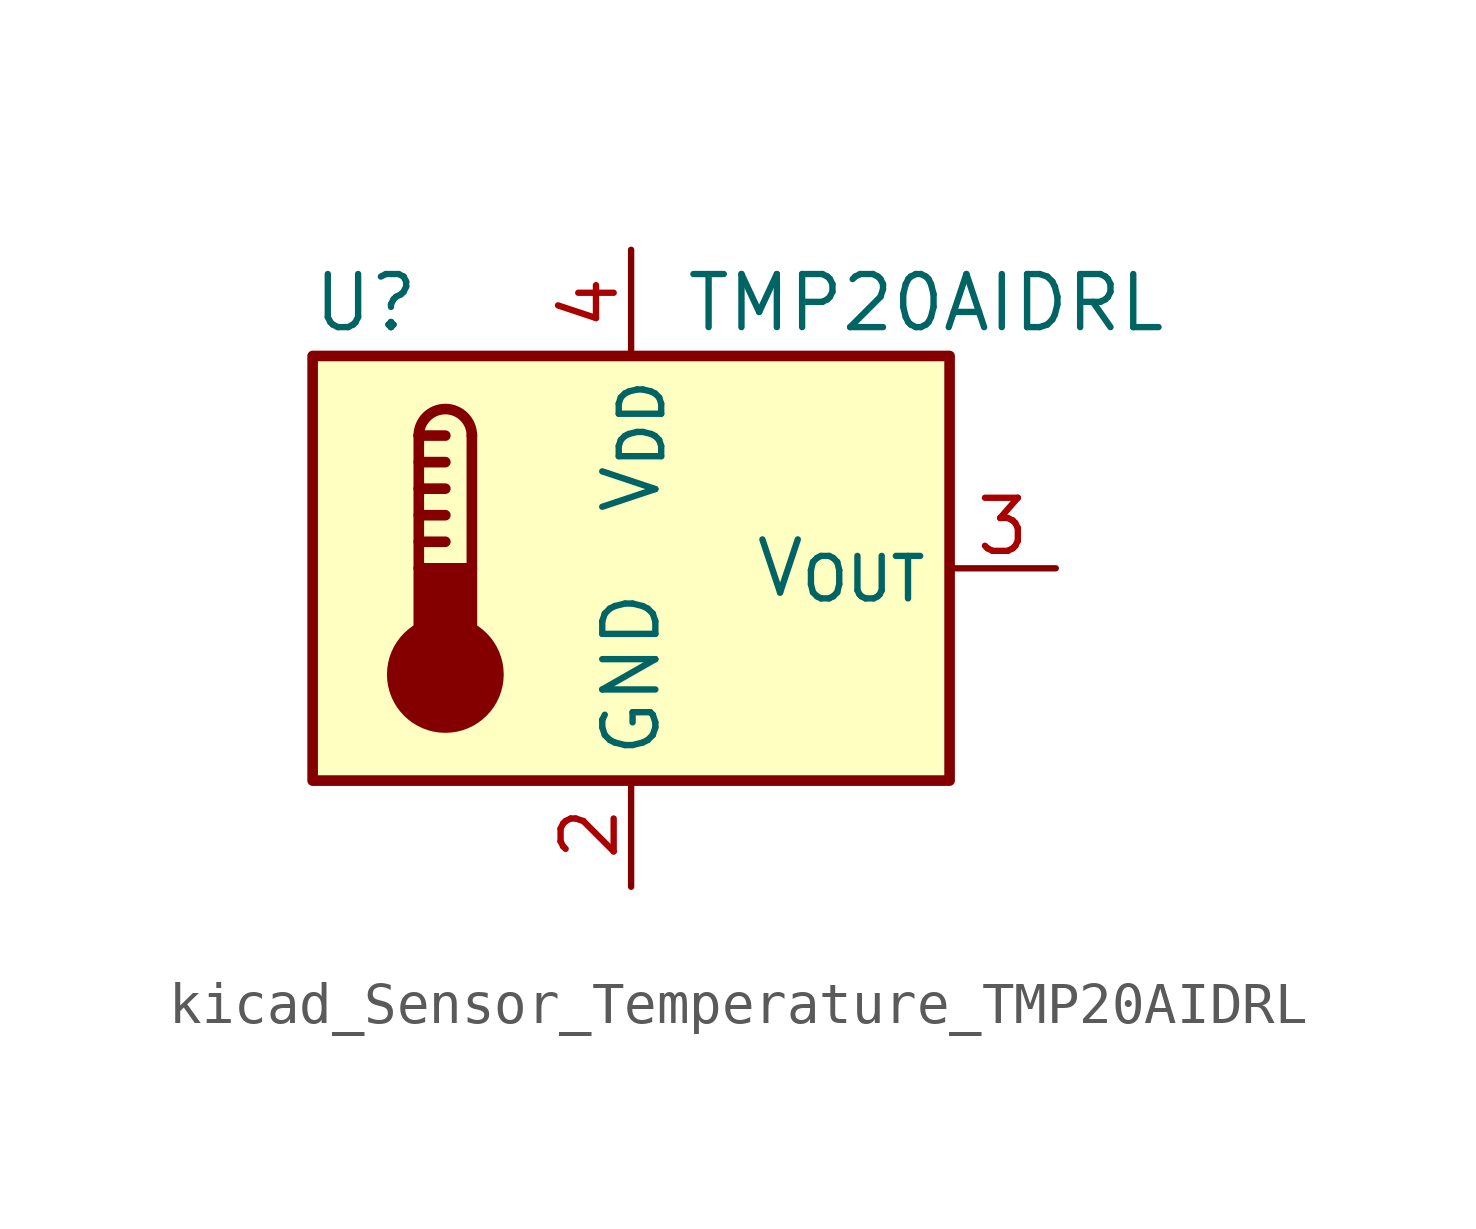
<source format=kicad_sym>
(kicad_symbol_lib
  (version 20220914)
  (generator kicad_symbol_editor)
  (symbol "kicad_Sensor_Temperature_TMP20AIDRL"
    (property "Reference" "U"
      (at -6.35 6.35 0)
      (effects (font (size 1.27 1.27))))
    (property "Value" "TMP20AIDRL"
      (at 1.27 6.35 0)
      (effects (font (size 1.27 1.27)) (justify left)))
    (symbol "kicad_Sensor_Temperature_TMP20AIDRL_0_1"
      (rectangle (start -7.62 5.08) (end 7.62 -5.08) (stroke (width 0.254) (type default)) (fill (type background)))
      (circle (center -4.445 -2.54) (radius 1.27) (stroke (width 0.254) (type default)) (fill (type outline)))
      (rectangle (start -3.81 -1.905) (end -5.08 0) (stroke (width 0.254) (type default)) (fill (type outline)))
      (arc (start -3.81 3.175) (mid -4.445 3.8073) (end -5.08 3.175) (stroke (width 0.254) (type default)) (fill (type none)))
      (polyline (pts (xy -5.08 0.635) (xy -4.445 0.635)) (stroke (width 0.254) (type default)) (fill (type none)))
      (polyline (pts (xy -5.08 1.27) (xy -4.445 1.27)) (stroke (width 0.254) (type default)) (fill (type none)))
      (polyline (pts (xy -5.08 1.905) (xy -4.445 1.905)) (stroke (width 0.254) (type default)) (fill (type none)))
      (polyline (pts (xy -5.08 2.54) (xy -4.445 2.54)) (stroke (width 0.254) (type default)) (fill (type none)))
      (polyline (pts (xy -5.08 3.175) (xy -5.08 0)) (stroke (width 0.254) (type default)) (fill (type none)))
      (polyline (pts (xy -5.08 3.175) (xy -4.445 3.175)) (stroke (width 0.254) (type default)) (fill (type none)))
      (polyline (pts (xy -3.81 3.175) (xy -3.81 0)) (stroke (width 0.254) (type default)) (fill (type none))))
    (symbol "kicad_Sensor_Temperature_TMP20AIDRL_1_1"
      (pin no_connect line (at 7.62 -2.54 180) (length 2.54) hide (name "NC" (effects (font (size 1.27 1.27)))) (number "1" (effects (font (size 1.27 1.27)))))
      (pin power_in line (at 0 -7.62 90) (length 2.54) (name "GND" (effects (font (size 1.27 1.27)))) (number "2" (effects (font (size 1.27 1.27)))))
      (pin output line (at 10.16 0 180) (length 2.54) (name "V_{OUT}" (effects (font (size 1.27 1.27)))) (number "3" (effects (font (size 1.27 1.27)))))
      (pin power_in line (at 0 7.62 270) (length 2.54) (name "V_{DD}" (effects (font (size 1.27 1.27)))) (number "4" (effects (font (size 1.27 1.27)))))
      (pin no_connect line (at 7.62 2.54 180) (length 2.54) hide (name "NC" (effects (font (size 1.27 1.27)))) (number "5" (effects (font (size 1.27 1.27)))))
      (pin passive line (at 0 -7.62 90) (length 2.54) hide (name "GND" (effects (font (size 1.27 1.27)))) (number "6" (effects (font (size 1.27 1.27))))))))
</source>
